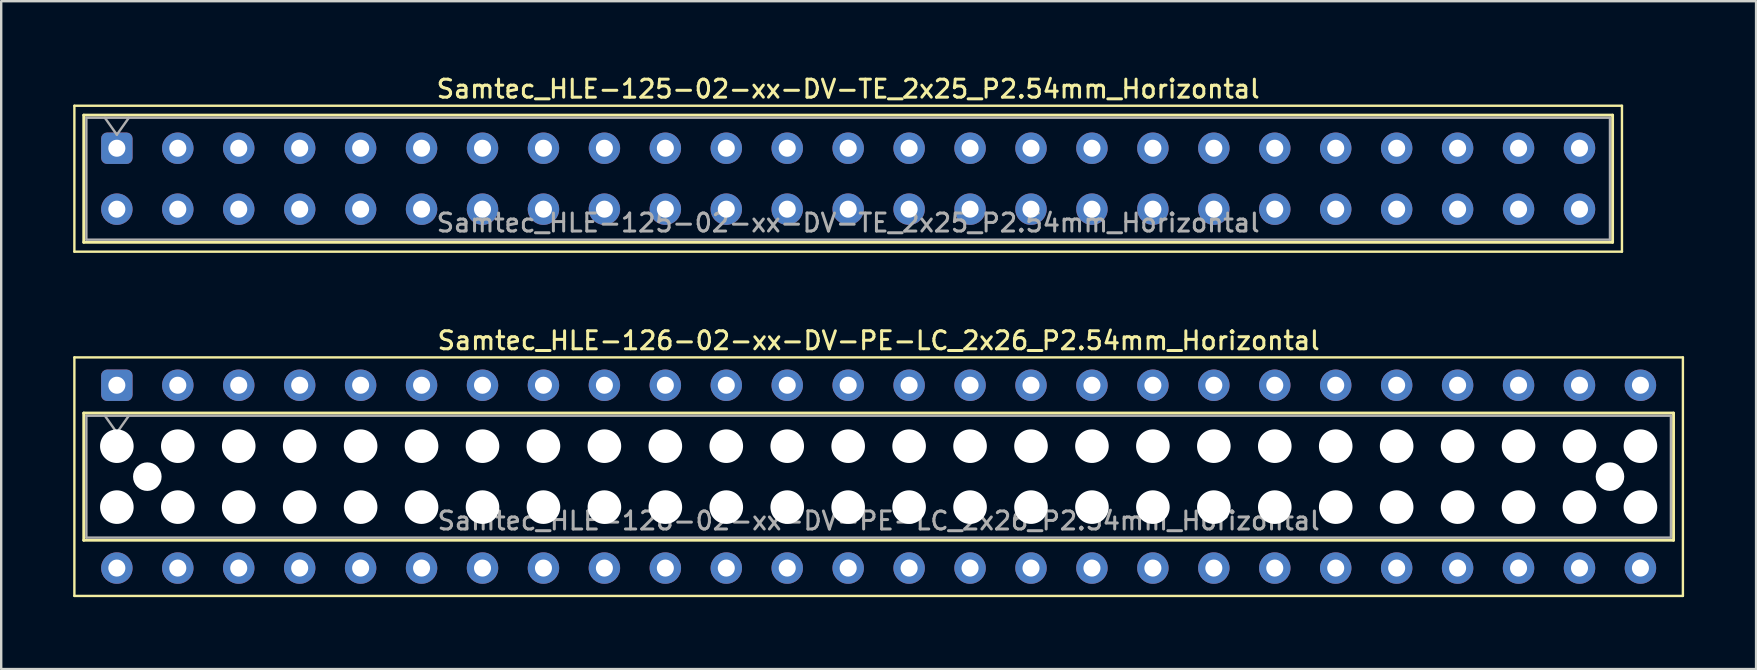
<source format=kicad_pcb>
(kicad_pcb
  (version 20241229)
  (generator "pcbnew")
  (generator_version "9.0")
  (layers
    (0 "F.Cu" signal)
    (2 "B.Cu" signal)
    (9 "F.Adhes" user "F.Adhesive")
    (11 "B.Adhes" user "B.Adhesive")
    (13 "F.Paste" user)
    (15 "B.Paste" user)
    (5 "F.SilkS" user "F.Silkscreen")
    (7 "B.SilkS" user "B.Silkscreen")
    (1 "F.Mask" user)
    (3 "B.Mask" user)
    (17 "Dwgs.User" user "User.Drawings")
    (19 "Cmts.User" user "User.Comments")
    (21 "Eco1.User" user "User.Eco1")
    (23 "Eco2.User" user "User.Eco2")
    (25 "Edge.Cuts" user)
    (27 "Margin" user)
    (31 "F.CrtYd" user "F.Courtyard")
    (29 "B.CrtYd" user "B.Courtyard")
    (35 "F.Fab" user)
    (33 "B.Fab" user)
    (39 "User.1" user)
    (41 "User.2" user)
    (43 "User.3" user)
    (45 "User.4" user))
  (footprint "Samtec_HLE-125-02-xx-DV-TE_2x25_P2.54mm_Horizontal"
    (layer "F.Cu")
    (at 1.82 3.128)
    (property "Reference" "Samtec_HLE-125-02-xx-DV-TE_2x25_P2.54mm_Horizontal" (at 30.48 -2.47 0) (layer "F.SilkS") (effects (font (size 0.75 0.75) (thickness 0.125))))
    (attr through_hole)
    (fp_line (start -1.77 -1.77) (end 62.73 -1.77) (stroke (width 0.1) (type solid)) (layer "F.SilkS"))
    (fp_line (start -1.77 4.31) (end -1.77 -1.77) (stroke (width 0.1) (type solid)) (layer "F.SilkS"))
    (fp_line (start -1.38 -1.38) (end 62.34 -1.38) (stroke (width 0.12) (type solid)) (layer "F.SilkS"))
    (fp_line (start -1.38 3.92) (end -1.38 -1.38) (stroke (width 0.12) (type solid)) (layer "F.SilkS"))
    (fp_line (start 62.34 -1.38) (end 62.34 3.92) (stroke (width 0.12) (type solid)) (layer "F.SilkS"))
    (fp_line (start 62.34 3.92) (end -1.38 3.92) (stroke (width 0.12) (type solid)) (layer "F.SilkS"))
    (fp_line (start 62.73 -1.77) (end 62.73 4.31) (stroke (width 0.1) (type solid)) (layer "F.SilkS"))
    (fp_line (start 62.73 4.31) (end -1.77 4.31) (stroke (width 0.1) (type solid)) (layer "F.SilkS"))
    (fp_line (start -1.27 -1.27) (end 62.23 -1.27) (stroke (width 0.1) (type solid)) (layer "F.Fab"))
    (fp_line (start -1.27 3.81) (end -1.27 -1.27) (stroke (width 0.1) (type solid)) (layer "F.Fab"))
    (fp_line (start -0.5 -1.27) (end 0 -0.563) (stroke (width 0.1) (type solid)) (layer "F.Fab"))
    (fp_line (start 0 -0.563) (end 0.5 -1.27) (stroke (width 0.1) (type solid)) (layer "F.Fab"))
    (fp_line (start 62.23 -1.27) (end 62.23 3.81) (stroke (width 0.1) (type solid)) (layer "F.Fab"))
    (fp_line (start 62.23 3.81) (end -1.27 3.81) (stroke (width 0.1) (type solid)) (layer "F.Fab"))
    (fp_text user "${REFERENCE}" (at 30.48 3.11 0) (layer "F.Fab") (effects (font (size 0.75 0.75) (thickness 0.125))))
    (pad "1" thru_hole roundrect (at 0 0) (size 1.31 1.31) (drill 0.71) (layers "*.Cu" "*.Mask") (roundrect_rratio 0.191))
    (pad "2" thru_hole circle (at 0 2.54) (size 1.31 1.31) (drill 0.71) (layers "*.Cu" "*.Mask"))
    (pad "3" thru_hole circle (at 2.54 0) (size 1.31 1.31) (drill 0.71) (layers "*.Cu" "*.Mask"))
    (pad "4" thru_hole circle (at 2.54 2.54) (size 1.31 1.31) (drill 0.71) (layers "*.Cu" "*.Mask"))
    (pad "5" thru_hole circle (at 5.08 0) (size 1.31 1.31) (drill 0.71) (layers "*.Cu" "*.Mask"))
    (pad "6" thru_hole circle (at 5.08 2.54) (size 1.31 1.31) (drill 0.71) (layers "*.Cu" "*.Mask"))
    (pad "7" thru_hole circle (at 7.62 0) (size 1.31 1.31) (drill 0.71) (layers "*.Cu" "*.Mask"))
    (pad "8" thru_hole circle (at 7.62 2.54) (size 1.31 1.31) (drill 0.71) (layers "*.Cu" "*.Mask"))
    (pad "9" thru_hole circle (at 10.16 0) (size 1.31 1.31) (drill 0.71) (layers "*.Cu" "*.Mask"))
    (pad "10" thru_hole circle (at 10.16 2.54) (size 1.31 1.31) (drill 0.71) (layers "*.Cu" "*.Mask"))
    (pad "11" thru_hole circle (at 12.7 0) (size 1.31 1.31) (drill 0.71) (layers "*.Cu" "*.Mask"))
    (pad "12" thru_hole circle (at 12.7 2.54) (size 1.31 1.31) (drill 0.71) (layers "*.Cu" "*.Mask"))
    (pad "13" thru_hole circle (at 15.24 0) (size 1.31 1.31) (drill 0.71) (layers "*.Cu" "*.Mask"))
    (pad "14" thru_hole circle (at 15.24 2.54) (size 1.31 1.31) (drill 0.71) (layers "*.Cu" "*.Mask"))
    (pad "15" thru_hole circle (at 17.78 0) (size 1.31 1.31) (drill 0.71) (layers "*.Cu" "*.Mask"))
    (pad "16" thru_hole circle (at 17.78 2.54) (size 1.31 1.31) (drill 0.71) (layers "*.Cu" "*.Mask"))
    (pad "17" thru_hole circle (at 20.32 0) (size 1.31 1.31) (drill 0.71) (layers "*.Cu" "*.Mask"))
    (pad "18" thru_hole circle (at 20.32 2.54) (size 1.31 1.31) (drill 0.71) (layers "*.Cu" "*.Mask"))
    (pad "19" thru_hole circle (at 22.86 0) (size 1.31 1.31) (drill 0.71) (layers "*.Cu" "*.Mask"))
    (pad "20" thru_hole circle (at 22.86 2.54) (size 1.31 1.31) (drill 0.71) (layers "*.Cu" "*.Mask"))
    (pad "21" thru_hole circle (at 25.4 0) (size 1.31 1.31) (drill 0.71) (layers "*.Cu" "*.Mask"))
    (pad "22" thru_hole circle (at 25.4 2.54) (size 1.31 1.31) (drill 0.71) (layers "*.Cu" "*.Mask"))
    (pad "23" thru_hole circle (at 27.94 0) (size 1.31 1.31) (drill 0.71) (layers "*.Cu" "*.Mask"))
    (pad "24" thru_hole circle (at 27.94 2.54) (size 1.31 1.31) (drill 0.71) (layers "*.Cu" "*.Mask"))
    (pad "25" thru_hole circle (at 30.48 0) (size 1.31 1.31) (drill 0.71) (layers "*.Cu" "*.Mask"))
    (pad "26" thru_hole circle (at 30.48 2.54) (size 1.31 1.31) (drill 0.71) (layers "*.Cu" "*.Mask"))
    (pad "27" thru_hole circle (at 33.02 0) (size 1.31 1.31) (drill 0.71) (layers "*.Cu" "*.Mask"))
    (pad "28" thru_hole circle (at 33.02 2.54) (size 1.31 1.31) (drill 0.71) (layers "*.Cu" "*.Mask"))
    (pad "29" thru_hole circle (at 35.56 0) (size 1.31 1.31) (drill 0.71) (layers "*.Cu" "*.Mask"))
    (pad "30" thru_hole circle (at 35.56 2.54) (size 1.31 1.31) (drill 0.71) (layers "*.Cu" "*.Mask"))
    (pad "31" thru_hole circle (at 38.1 0) (size 1.31 1.31) (drill 0.71) (layers "*.Cu" "*.Mask"))
    (pad "32" thru_hole circle (at 38.1 2.54) (size 1.31 1.31) (drill 0.71) (layers "*.Cu" "*.Mask"))
    (pad "33" thru_hole circle (at 40.64 0) (size 1.31 1.31) (drill 0.71) (layers "*.Cu" "*.Mask"))
    (pad "34" thru_hole circle (at 40.64 2.54) (size 1.31 1.31) (drill 0.71) (layers "*.Cu" "*.Mask"))
    (pad "35" thru_hole circle (at 43.18 0) (size 1.31 1.31) (drill 0.71) (layers "*.Cu" "*.Mask"))
    (pad "36" thru_hole circle (at 43.18 2.54) (size 1.31 1.31) (drill 0.71) (layers "*.Cu" "*.Mask"))
    (pad "37" thru_hole circle (at 45.72 0) (size 1.31 1.31) (drill 0.71) (layers "*.Cu" "*.Mask"))
    (pad "38" thru_hole circle (at 45.72 2.54) (size 1.31 1.31) (drill 0.71) (layers "*.Cu" "*.Mask"))
    (pad "39" thru_hole circle (at 48.26 0) (size 1.31 1.31) (drill 0.71) (layers "*.Cu" "*.Mask"))
    (pad "40" thru_hole circle (at 48.26 2.54) (size 1.31 1.31) (drill 0.71) (layers "*.Cu" "*.Mask"))
    (pad "41" thru_hole circle (at 50.8 0) (size 1.31 1.31) (drill 0.71) (layers "*.Cu" "*.Mask"))
    (pad "42" thru_hole circle (at 50.8 2.54) (size 1.31 1.31) (drill 0.71) (layers "*.Cu" "*.Mask"))
    (pad "43" thru_hole circle (at 53.34 0) (size 1.31 1.31) (drill 0.71) (layers "*.Cu" "*.Mask"))
    (pad "44" thru_hole circle (at 53.34 2.54) (size 1.31 1.31) (drill 0.71) (layers "*.Cu" "*.Mask"))
    (pad "45" thru_hole circle (at 55.88 0) (size 1.31 1.31) (drill 0.71) (layers "*.Cu" "*.Mask"))
    (pad "46" thru_hole circle (at 55.88 2.54) (size 1.31 1.31) (drill 0.71) (layers "*.Cu" "*.Mask"))
    (pad "47" thru_hole circle (at 58.42 0) (size 1.31 1.31) (drill 0.71) (layers "*.Cu" "*.Mask"))
    (pad "48" thru_hole circle (at 58.42 2.54) (size 1.31 1.31) (drill 0.71) (layers "*.Cu" "*.Mask"))
    (pad "49" thru_hole circle (at 60.96 0) (size 1.31 1.31) (drill 0.71) (layers "*.Cu" "*.Mask"))
    (pad "50" thru_hole circle (at 60.96 2.54) (size 1.31 1.31) (drill 0.71) (layers "*.Cu" "*.Mask")))
  (footprint "Samtec_HLE-126-02-xx-DV-PE-LC_2x26_P2.54mm_Horizontal"
    (layer "F.Cu")
    (at 1.82 13.006)
    (property "Reference" "Samtec_HLE-126-02-xx-DV-PE-LC_2x26_P2.54mm_Horizontal" (at 31.75 -1.86 0) (layer "F.SilkS") (effects (font (size 0.75 0.75) (thickness 0.125))))
    (attr through_hole)
    (fp_line (start -1.77 -1.16) (end 65.27 -1.16) (stroke (width 0.1) (type solid)) (layer "F.SilkS"))
    (fp_line (start -1.77 8.78) (end -1.77 -1.16) (stroke (width 0.1) (type solid)) (layer "F.SilkS"))
    (fp_line (start -1.38 1.16) (end 64.88 1.16) (stroke (width 0.12) (type solid)) (layer "F.SilkS"))
    (fp_line (start -1.38 6.46) (end -1.38 1.16) (stroke (width 0.12) (type solid)) (layer "F.SilkS"))
    (fp_line (start 64.88 1.16) (end 64.88 6.46) (stroke (width 0.12) (type solid)) (layer "F.SilkS"))
    (fp_line (start 64.88 6.46) (end -1.38 6.46) (stroke (width 0.12) (type solid)) (layer "F.SilkS"))
    (fp_line (start 65.27 -1.16) (end 65.27 8.78) (stroke (width 0.1) (type solid)) (layer "F.SilkS"))
    (fp_line (start 65.27 8.78) (end -1.77 8.78) (stroke (width 0.1) (type solid)) (layer "F.SilkS"))
    (fp_line (start -1.27 1.27) (end 64.77 1.27) (stroke (width 0.1) (type solid)) (layer "F.Fab"))
    (fp_line (start -1.27 6.35) (end -1.27 1.27) (stroke (width 0.1) (type solid)) (layer "F.Fab"))
    (fp_line (start -0.5 1.27) (end 0 1.977) (stroke (width 0.1) (type solid)) (layer "F.Fab"))
    (fp_line (start 0 1.977) (end 0.5 1.27) (stroke (width 0.1) (type solid)) (layer "F.Fab"))
    (fp_line (start 64.77 1.27) (end 64.77 6.35) (stroke (width 0.1) (type solid)) (layer "F.Fab"))
    (fp_line (start 64.77 6.35) (end -1.27 6.35) (stroke (width 0.1) (type solid)) (layer "F.Fab"))
    (fp_text user "${REFERENCE}" (at 31.75 5.65 0) (layer "F.Fab") (effects (font (size 0.75 0.75) (thickness 0.125))))
    (pad "" np_thru_hole circle (at 0 2.54) (size 1.4 1.4) (drill 1.4) (layers "*.Cu" "*.Mask"))
    (pad "" np_thru_hole circle (at 0 5.08) (size 1.4 1.4) (drill 1.4) (layers "*.Cu" "*.Mask"))
    (pad "" np_thru_hole circle (at 1.27 3.81) (size 1.19 1.19) (drill 1.19) (layers "*.Cu" "*.Mask"))
    (pad "" np_thru_hole circle (at 2.54 2.54) (size 1.4 1.4) (drill 1.4) (layers "*.Cu" "*.Mask"))
    (pad "" np_thru_hole circle (at 2.54 5.08) (size 1.4 1.4) (drill 1.4) (layers "*.Cu" "*.Mask"))
    (pad "" np_thru_hole circle (at 5.08 2.54) (size 1.4 1.4) (drill 1.4) (layers "*.Cu" "*.Mask"))
    (pad "" np_thru_hole circle (at 5.08 5.08) (size 1.4 1.4) (drill 1.4) (layers "*.Cu" "*.Mask"))
    (pad "" np_thru_hole circle (at 7.62 2.54) (size 1.4 1.4) (drill 1.4) (layers "*.Cu" "*.Mask"))
    (pad "" np_thru_hole circle (at 7.62 5.08) (size 1.4 1.4) (drill 1.4) (layers "*.Cu" "*.Mask"))
    (pad "" np_thru_hole circle (at 10.16 2.54) (size 1.4 1.4) (drill 1.4) (layers "*.Cu" "*.Mask"))
    (pad "" np_thru_hole circle (at 10.16 5.08) (size 1.4 1.4) (drill 1.4) (layers "*.Cu" "*.Mask"))
    (pad "" np_thru_hole circle (at 12.7 2.54) (size 1.4 1.4) (drill 1.4) (layers "*.Cu" "*.Mask"))
    (pad "" np_thru_hole circle (at 12.7 5.08) (size 1.4 1.4) (drill 1.4) (layers "*.Cu" "*.Mask"))
    (pad "" np_thru_hole circle (at 15.24 2.54) (size 1.4 1.4) (drill 1.4) (layers "*.Cu" "*.Mask"))
    (pad "" np_thru_hole circle (at 15.24 5.08) (size 1.4 1.4) (drill 1.4) (layers "*.Cu" "*.Mask"))
    (pad "" np_thru_hole circle (at 17.78 2.54) (size 1.4 1.4) (drill 1.4) (layers "*.Cu" "*.Mask"))
    (pad "" np_thru_hole circle (at 17.78 5.08) (size 1.4 1.4) (drill 1.4) (layers "*.Cu" "*.Mask"))
    (pad "" np_thru_hole circle (at 20.32 2.54) (size 1.4 1.4) (drill 1.4) (layers "*.Cu" "*.Mask"))
    (pad "" np_thru_hole circle (at 20.32 5.08) (size 1.4 1.4) (drill 1.4) (layers "*.Cu" "*.Mask"))
    (pad "" np_thru_hole circle (at 22.86 2.54) (size 1.4 1.4) (drill 1.4) (layers "*.Cu" "*.Mask"))
    (pad "" np_thru_hole circle (at 22.86 5.08) (size 1.4 1.4) (drill 1.4) (layers "*.Cu" "*.Mask"))
    (pad "" np_thru_hole circle (at 25.4 2.54) (size 1.4 1.4) (drill 1.4) (layers "*.Cu" "*.Mask"))
    (pad "" np_thru_hole circle (at 25.4 5.08) (size 1.4 1.4) (drill 1.4) (layers "*.Cu" "*.Mask"))
    (pad "" np_thru_hole circle (at 27.94 2.54) (size 1.4 1.4) (drill 1.4) (layers "*.Cu" "*.Mask"))
    (pad "" np_thru_hole circle (at 27.94 5.08) (size 1.4 1.4) (drill 1.4) (layers "*.Cu" "*.Mask"))
    (pad "" np_thru_hole circle (at 30.48 2.54) (size 1.4 1.4) (drill 1.4) (layers "*.Cu" "*.Mask"))
    (pad "" np_thru_hole circle (at 30.48 5.08) (size 1.4 1.4) (drill 1.4) (layers "*.Cu" "*.Mask"))
    (pad "" np_thru_hole circle (at 33.02 2.54) (size 1.4 1.4) (drill 1.4) (layers "*.Cu" "*.Mask"))
    (pad "" np_thru_hole circle (at 33.02 5.08) (size 1.4 1.4) (drill 1.4) (layers "*.Cu" "*.Mask"))
    (pad "" np_thru_hole circle (at 35.56 2.54) (size 1.4 1.4) (drill 1.4) (layers "*.Cu" "*.Mask"))
    (pad "" np_thru_hole circle (at 35.56 5.08) (size 1.4 1.4) (drill 1.4) (layers "*.Cu" "*.Mask"))
    (pad "" np_thru_hole circle (at 38.1 2.54) (size 1.4 1.4) (drill 1.4) (layers "*.Cu" "*.Mask"))
    (pad "" np_thru_hole circle (at 38.1 5.08) (size 1.4 1.4) (drill 1.4) (layers "*.Cu" "*.Mask"))
    (pad "" np_thru_hole circle (at 40.64 2.54) (size 1.4 1.4) (drill 1.4) (layers "*.Cu" "*.Mask"))
    (pad "" np_thru_hole circle (at 40.64 5.08) (size 1.4 1.4) (drill 1.4) (layers "*.Cu" "*.Mask"))
    (pad "" np_thru_hole circle (at 43.18 2.54) (size 1.4 1.4) (drill 1.4) (layers "*.Cu" "*.Mask"))
    (pad "" np_thru_hole circle (at 43.18 5.08) (size 1.4 1.4) (drill 1.4) (layers "*.Cu" "*.Mask"))
    (pad "" np_thru_hole circle (at 45.72 2.54) (size 1.4 1.4) (drill 1.4) (layers "*.Cu" "*.Mask"))
    (pad "" np_thru_hole circle (at 45.72 5.08) (size 1.4 1.4) (drill 1.4) (layers "*.Cu" "*.Mask"))
    (pad "" np_thru_hole circle (at 48.26 2.54) (size 1.4 1.4) (drill 1.4) (layers "*.Cu" "*.Mask"))
    (pad "" np_thru_hole circle (at 48.26 5.08) (size 1.4 1.4) (drill 1.4) (layers "*.Cu" "*.Mask"))
    (pad "" np_thru_hole circle (at 50.8 2.54) (size 1.4 1.4) (drill 1.4) (layers "*.Cu" "*.Mask"))
    (pad "" np_thru_hole circle (at 50.8 5.08) (size 1.4 1.4) (drill 1.4) (layers "*.Cu" "*.Mask"))
    (pad "" np_thru_hole circle (at 53.34 2.54) (size 1.4 1.4) (drill 1.4) (layers "*.Cu" "*.Mask"))
    (pad "" np_thru_hole circle (at 53.34 5.08) (size 1.4 1.4) (drill 1.4) (layers "*.Cu" "*.Mask"))
    (pad "" np_thru_hole circle (at 55.88 2.54) (size 1.4 1.4) (drill 1.4) (layers "*.Cu" "*.Mask"))
    (pad "" np_thru_hole circle (at 55.88 5.08) (size 1.4 1.4) (drill 1.4) (layers "*.Cu" "*.Mask"))
    (pad "" np_thru_hole circle (at 58.42 2.54) (size 1.4 1.4) (drill 1.4) (layers "*.Cu" "*.Mask"))
    (pad "" np_thru_hole circle (at 58.42 5.08) (size 1.4 1.4) (drill 1.4) (layers "*.Cu" "*.Mask"))
    (pad "" np_thru_hole circle (at 60.96 2.54) (size 1.4 1.4) (drill 1.4) (layers "*.Cu" "*.Mask"))
    (pad "" np_thru_hole circle (at 60.96 5.08) (size 1.4 1.4) (drill 1.4) (layers "*.Cu" "*.Mask"))
    (pad "" np_thru_hole circle (at 62.23 3.81) (size 1.19 1.19) (drill 1.19) (layers "*.Cu" "*.Mask"))
    (pad "" np_thru_hole circle (at 63.5 2.54) (size 1.4 1.4) (drill 1.4) (layers "*.Cu" "*.Mask"))
    (pad "" np_thru_hole circle (at 63.5 5.08) (size 1.4 1.4) (drill 1.4) (layers "*.Cu" "*.Mask"))
    (pad "1" thru_hole roundrect (at 0 0) (size 1.31 1.31) (drill 0.71) (layers "*.Cu" "*.Mask") (roundrect_rratio 0.191))
    (pad "2" thru_hole circle (at 0 7.62) (size 1.31 1.31) (drill 0.71) (layers "*.Cu" "*.Mask"))
    (pad "3" thru_hole circle (at 2.54 0) (size 1.31 1.31) (drill 0.71) (layers "*.Cu" "*.Mask"))
    (pad "4" thru_hole circle (at 2.54 7.62) (size 1.31 1.31) (drill 0.71) (layers "*.Cu" "*.Mask"))
    (pad "5" thru_hole circle (at 5.08 0) (size 1.31 1.31) (drill 0.71) (layers "*.Cu" "*.Mask"))
    (pad "6" thru_hole circle (at 5.08 7.62) (size 1.31 1.31) (drill 0.71) (layers "*.Cu" "*.Mask"))
    (pad "7" thru_hole circle (at 7.62 0) (size 1.31 1.31) (drill 0.71) (layers "*.Cu" "*.Mask"))
    (pad "8" thru_hole circle (at 7.62 7.62) (size 1.31 1.31) (drill 0.71) (layers "*.Cu" "*.Mask"))
    (pad "9" thru_hole circle (at 10.16 0) (size 1.31 1.31) (drill 0.71) (layers "*.Cu" "*.Mask"))
    (pad "10" thru_hole circle (at 10.16 7.62) (size 1.31 1.31) (drill 0.71) (layers "*.Cu" "*.Mask"))
    (pad "11" thru_hole circle (at 12.7 0) (size 1.31 1.31) (drill 0.71) (layers "*.Cu" "*.Mask"))
    (pad "12" thru_hole circle (at 12.7 7.62) (size 1.31 1.31) (drill 0.71) (layers "*.Cu" "*.Mask"))
    (pad "13" thru_hole circle (at 15.24 0) (size 1.31 1.31) (drill 0.71) (layers "*.Cu" "*.Mask"))
    (pad "14" thru_hole circle (at 15.24 7.62) (size 1.31 1.31) (drill 0.71) (layers "*.Cu" "*.Mask"))
    (pad "15" thru_hole circle (at 17.78 0) (size 1.31 1.31) (drill 0.71) (layers "*.Cu" "*.Mask"))
    (pad "16" thru_hole circle (at 17.78 7.62) (size 1.31 1.31) (drill 0.71) (layers "*.Cu" "*.Mask"))
    (pad "17" thru_hole circle (at 20.32 0) (size 1.31 1.31) (drill 0.71) (layers "*.Cu" "*.Mask"))
    (pad "18" thru_hole circle (at 20.32 7.62) (size 1.31 1.31) (drill 0.71) (layers "*.Cu" "*.Mask"))
    (pad "19" thru_hole circle (at 22.86 0) (size 1.31 1.31) (drill 0.71) (layers "*.Cu" "*.Mask"))
    (pad "20" thru_hole circle (at 22.86 7.62) (size 1.31 1.31) (drill 0.71) (layers "*.Cu" "*.Mask"))
    (pad "21" thru_hole circle (at 25.4 0) (size 1.31 1.31) (drill 0.71) (layers "*.Cu" "*.Mask"))
    (pad "22" thru_hole circle (at 25.4 7.62) (size 1.31 1.31) (drill 0.71) (layers "*.Cu" "*.Mask"))
    (pad "23" thru_hole circle (at 27.94 0) (size 1.31 1.31) (drill 0.71) (layers "*.Cu" "*.Mask"))
    (pad "24" thru_hole circle (at 27.94 7.62) (size 1.31 1.31) (drill 0.71) (layers "*.Cu" "*.Mask"))
    (pad "25" thru_hole circle (at 30.48 0) (size 1.31 1.31) (drill 0.71) (layers "*.Cu" "*.Mask"))
    (pad "26" thru_hole circle (at 30.48 7.62) (size 1.31 1.31) (drill 0.71) (layers "*.Cu" "*.Mask"))
    (pad "27" thru_hole circle (at 33.02 0) (size 1.31 1.31) (drill 0.71) (layers "*.Cu" "*.Mask"))
    (pad "28" thru_hole circle (at 33.02 7.62) (size 1.31 1.31) (drill 0.71) (layers "*.Cu" "*.Mask"))
    (pad "29" thru_hole circle (at 35.56 0) (size 1.31 1.31) (drill 0.71) (layers "*.Cu" "*.Mask"))
    (pad "30" thru_hole circle (at 35.56 7.62) (size 1.31 1.31) (drill 0.71) (layers "*.Cu" "*.Mask"))
    (pad "31" thru_hole circle (at 38.1 0) (size 1.31 1.31) (drill 0.71) (layers "*.Cu" "*.Mask"))
    (pad "32" thru_hole circle (at 38.1 7.62) (size 1.31 1.31) (drill 0.71) (layers "*.Cu" "*.Mask"))
    (pad "33" thru_hole circle (at 40.64 0) (size 1.31 1.31) (drill 0.71) (layers "*.Cu" "*.Mask"))
    (pad "34" thru_hole circle (at 40.64 7.62) (size 1.31 1.31) (drill 0.71) (layers "*.Cu" "*.Mask"))
    (pad "35" thru_hole circle (at 43.18 0) (size 1.31 1.31) (drill 0.71) (layers "*.Cu" "*.Mask"))
    (pad "36" thru_hole circle (at 43.18 7.62) (size 1.31 1.31) (drill 0.71) (layers "*.Cu" "*.Mask"))
    (pad "37" thru_hole circle (at 45.72 0) (size 1.31 1.31) (drill 0.71) (layers "*.Cu" "*.Mask"))
    (pad "38" thru_hole circle (at 45.72 7.62) (size 1.31 1.31) (drill 0.71) (layers "*.Cu" "*.Mask"))
    (pad "39" thru_hole circle (at 48.26 0) (size 1.31 1.31) (drill 0.71) (layers "*.Cu" "*.Mask"))
    (pad "40" thru_hole circle (at 48.26 7.62) (size 1.31 1.31) (drill 0.71) (layers "*.Cu" "*.Mask"))
    (pad "41" thru_hole circle (at 50.8 0) (size 1.31 1.31) (drill 0.71) (layers "*.Cu" "*.Mask"))
    (pad "42" thru_hole circle (at 50.8 7.62) (size 1.31 1.31) (drill 0.71) (layers "*.Cu" "*.Mask"))
    (pad "43" thru_hole circle (at 53.34 0) (size 1.31 1.31) (drill 0.71) (layers "*.Cu" "*.Mask"))
    (pad "44" thru_hole circle (at 53.34 7.62) (size 1.31 1.31) (drill 0.71) (layers "*.Cu" "*.Mask"))
    (pad "45" thru_hole circle (at 55.88 0) (size 1.31 1.31) (drill 0.71) (layers "*.Cu" "*.Mask"))
    (pad "46" thru_hole circle (at 55.88 7.62) (size 1.31 1.31) (drill 0.71) (layers "*.Cu" "*.Mask"))
    (pad "47" thru_hole circle (at 58.42 0) (size 1.31 1.31) (drill 0.71) (layers "*.Cu" "*.Mask"))
    (pad "48" thru_hole circle (at 58.42 7.62) (size 1.31 1.31) (drill 0.71) (layers "*.Cu" "*.Mask"))
    (pad "49" thru_hole circle (at 60.96 0) (size 1.31 1.31) (drill 0.71) (layers "*.Cu" "*.Mask"))
    (pad "50" thru_hole circle (at 60.96 7.62) (size 1.31 1.31) (drill 0.71) (layers "*.Cu" "*.Mask"))
    (pad "51" thru_hole circle (at 63.5 0) (size 1.31 1.31) (drill 0.71) (layers "*.Cu" "*.Mask"))
    (pad "52" thru_hole circle (at 63.5 7.62) (size 1.31 1.31) (drill 0.71) (layers "*.Cu" "*.Mask")))
  (gr_rect
    (start -3 -3)
    (end 70.14 24.836)
    (stroke (width 0.1) (type default))
    (fill no)
    (layer "Edge.Cuts")))
</source>
